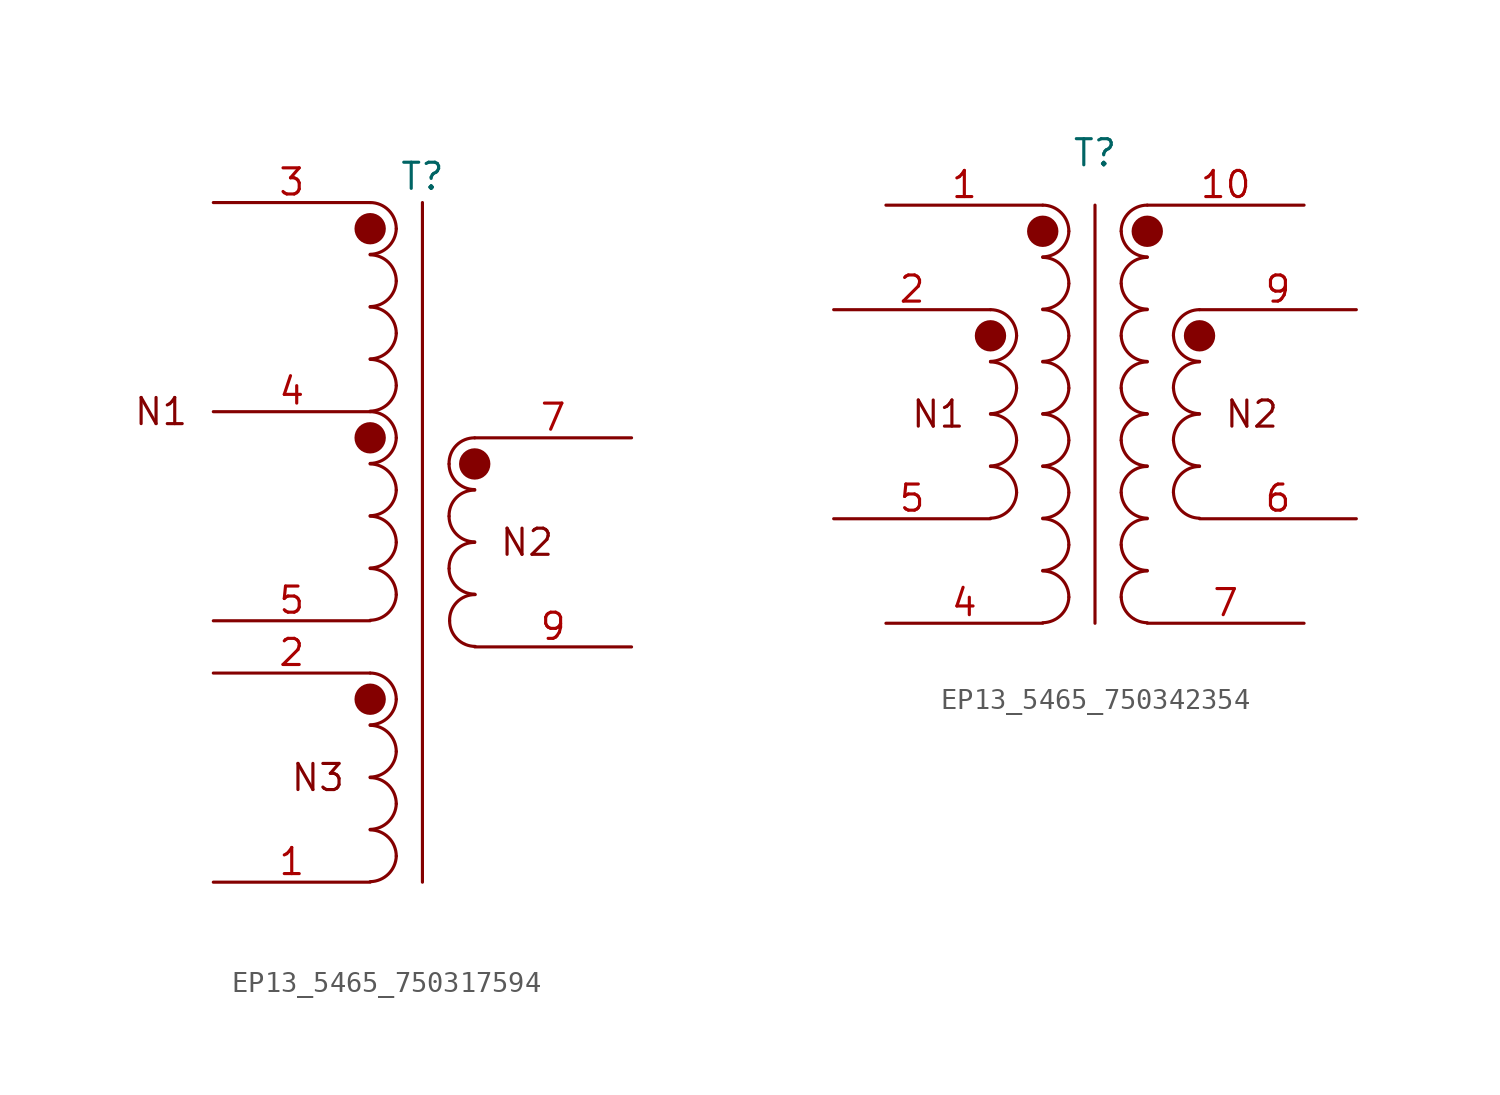
<source format=kicad_sym>
(kicad_symbol_lib
  (version 20220914)
  (generator kicad_symbol_editor)
  (symbol "EP13_5465_750317594"
    (pin_names hide)
    (property "Reference" "T"
      (at 0 17.78 0)
      (effects (font (size 1.27 1.27))))
    (symbol "EP13_5465_750317594_0_1"
      (arc (start -2.54 -16.4846) (mid -1.6561 -16.1163) (end -1.27 -15.24) (stroke (width 0) (type default)) (fill (type none)))
      (arc (start -2.54 -13.9446) (mid -1.6561 -13.5763) (end -1.27 -12.7) (stroke (width 0) (type default)) (fill (type none)))
      (arc (start -2.54 -11.4046) (mid -1.6561 -11.0363) (end -1.27 -10.16) (stroke (width 0) (type default)) (fill (type none)))
      (arc (start -2.54 -8.8646) (mid -1.6561 -8.4963) (end -1.27 -7.62) (stroke (width 0) (type default)) (fill (type none)))
      (arc (start -2.54 -3.7846) (mid -1.6561 -3.4163) (end -1.27 -2.54) (stroke (width 0) (type default)) (fill (type none)))
      (arc (start -2.54 -1.2446) (mid -1.6561 -0.8763) (end -1.27 0) (stroke (width 0) (type default)) (fill (type none)))
      (arc (start -2.54 1.2954) (mid -1.6561 1.6637) (end -1.27 2.54) (stroke (width 0) (type default)) (fill (type none)))
      (arc (start -2.54 3.8354) (mid -1.6561 4.2037) (end -1.27 5.08) (stroke (width 0) (type default)) (fill (type none)))
      (arc (start -2.54 6.3754) (mid -1.6561 6.7437) (end -1.27 7.62) (stroke (width 0) (type default)) (fill (type none)))
      (arc (start -2.54 8.9154) (mid -1.6561 9.2837) (end -1.27 10.16) (stroke (width 0) (type default)) (fill (type none)))
      (arc (start -2.54 11.4554) (mid -1.6561 11.8237) (end -1.27 12.7) (stroke (width 0) (type default)) (fill (type none)))
      (arc (start -2.54 13.9954) (mid -1.6561 14.3637) (end -1.27 15.24) (stroke (width 0) (type default)) (fill (type none)))
      (arc (start -1.27 -15.24) (mid -1.642 -14.342) (end -2.54 -13.97) (stroke (width 0) (type default)) (fill (type none)))
      (arc (start -1.27 -12.7) (mid -1.642 -11.802) (end -2.54 -11.43) (stroke (width 0) (type default)) (fill (type none)))
      (arc (start -1.27 -10.16) (mid -1.642 -9.262) (end -2.54 -8.89) (stroke (width 0) (type default)) (fill (type none)))
      (arc (start -1.27 -7.62) (mid -1.642 -6.722) (end -2.54 -6.35) (stroke (width 0) (type default)) (fill (type none)))
      (arc (start -1.27 -2.54) (mid -1.642 -1.642) (end -2.54 -1.27) (stroke (width 0) (type default)) (fill (type none)))
      (arc (start -1.27 0) (mid -1.642 0.898) (end -2.54 1.27) (stroke (width 0) (type default)) (fill (type none)))
      (arc (start -1.27 2.54) (mid -1.642 3.438) (end -2.54 3.81) (stroke (width 0) (type default)) (fill (type none)))
      (arc (start -1.27 5.08) (mid -1.642 5.978) (end -2.54 6.35) (stroke (width 0) (type default)) (fill (type none)))
      (arc (start -1.27 7.62) (mid -1.642 8.518) (end -2.54 8.89) (stroke (width 0) (type default)) (fill (type none)))
      (arc (start -1.27 10.16) (mid -1.642 11.058) (end -2.54 11.43) (stroke (width 0) (type default)) (fill (type none)))
      (arc (start -1.27 12.7) (mid -1.642 13.598) (end -2.54 13.97) (stroke (width 0) (type default)) (fill (type none)))
      (arc (start -1.27 15.24) (mid -1.642 16.138) (end -2.54 16.51) (stroke (width 0) (type default)) (fill (type none)))
      (polyline (pts (xy 0 16.51) (xy 0 -16.51)) (stroke (width 0) (type default)) (fill (type none)))
      (arc (start 1.2954 -1.27) (mid 1.6599 -2.1501) (end 2.54 -2.5146) (stroke (width 0) (type default)) (fill (type none)))
      (arc (start 1.2954 1.27) (mid 1.6599 0.3899) (end 2.54 0.0254) (stroke (width 0) (type default)) (fill (type none)))
      (arc (start 1.2954 3.81) (mid 1.6599 2.9299) (end 2.54 2.5654) (stroke (width 0) (type default)) (fill (type none)))
      (arc (start 1.3208 -3.81) (mid 1.6853 -4.6901) (end 2.5654 -5.0546) (stroke (width 0) (type default)) (fill (type none)))
      (arc (start 2.54 0) (mid 1.642 -0.372) (end 1.2954 -1.27) (stroke (width 0) (type default)) (fill (type none)))
      (arc (start 2.54 2.54) (mid 1.642 2.168) (end 1.2954 1.27) (stroke (width 0) (type default)) (fill (type none)))
      (arc (start 2.54 5.08) (mid 1.642 4.708) (end 1.2954 3.81) (stroke (width 0) (type default)) (fill (type none)))
      (arc (start 2.5654 -2.54) (mid 1.6674 -2.912) (end 1.3208 -3.81) (stroke (width 0) (type default)) (fill (type none))))
    (symbol "EP13_5465_750317594_1_1"
      (circle (center -2.54 -7.62) (radius 0.0001) (stroke (width 0.762) (type default)) (fill (type none)))
      (circle (center -2.54 5.08) (radius 0.0001) (stroke (width 0.762) (type default)) (fill (type none)))
      (circle (center -2.54 15.24) (radius 0.0001) (stroke (width 0.762) (type default)) (fill (type none)))
      (circle (center 2.54 3.81) (radius 0.0001) (stroke (width 0.762) (type default)) (fill (type none)))
      (text "N1" (at -12.7 6.35 0) (effects (font (size 1.27 1.27))))
      (text "N2" (at 5.08 0 0) (effects (font (size 1.27 1.27))))
      (text "N3" (at -5.08 -11.43 0) (effects (font (size 1.27 1.27))))
      (pin passive line (at -10.16 -16.51 0) (length 7.62) (name "1" (effects (font (size 1.27 1.27)))) (number "1" (effects (font (size 1.27 1.27)))))
      (pin passive line (at -10.16 -6.35 0) (length 7.62) (name "2" (effects (font (size 1.27 1.27)))) (number "2" (effects (font (size 1.27 1.27)))))
      (pin passive line (at -10.16 16.51 0) (length 7.62) (name "3" (effects (font (size 1.27 1.27)))) (number "3" (effects (font (size 1.27 1.27)))))
      (pin passive line (at -10.16 6.35 0) (length 7.62) (name "4" (effects (font (size 1.27 1.27)))) (number "4" (effects (font (size 1.27 1.27)))))
      (pin passive line (at -10.16 -3.81 0) (length 7.62) (name "5" (effects (font (size 1.27 1.27)))) (number "5" (effects (font (size 1.27 1.27)))))
      (pin passive line (at 10.16 5.08 180) (length 7.62) (name "7" (effects (font (size 1.27 1.27)))) (number "7" (effects (font (size 1.27 1.27)))))
      (pin passive line (at 10.16 -5.08 180) (length 7.62) (name "9" (effects (font (size 1.27 1.27)))) (number "9" (effects (font (size 1.27 1.27)))))))
  (symbol "EP13_5465_750342354"
    (pin_names hide)
    (property "Reference" "T"
      (at 0 12.7 0)
      (effects (font (size 1.27 1.27))))
    (symbol "EP13_5465_750342354_0_1"
      (arc (start -5.08 -5.0546) (mid -4.1961 -4.6863) (end -3.81 -3.81) (stroke (width 0) (type default)) (fill (type none)))
      (arc (start -5.08 -2.5146) (mid -4.1961 -2.1463) (end -3.81 -1.27) (stroke (width 0) (type default)) (fill (type none)))
      (arc (start -5.08 0.0254) (mid -4.1961 0.3937) (end -3.81 1.27) (stroke (width 0) (type default)) (fill (type none)))
      (arc (start -5.08 2.5654) (mid -4.1961 2.9337) (end -3.81 3.81) (stroke (width 0) (type default)) (fill (type none)))
      (arc (start -3.81 -3.81) (mid -4.182 -2.912) (end -5.08 -2.54) (stroke (width 0) (type default)) (fill (type none)))
      (arc (start -3.81 -1.27) (mid -4.182 -0.372) (end -5.08 0) (stroke (width 0) (type default)) (fill (type none)))
      (arc (start -3.81 1.27) (mid -4.182 2.168) (end -5.08 2.54) (stroke (width 0) (type default)) (fill (type none)))
      (arc (start -3.81 3.81) (mid -4.182 4.708) (end -5.08 5.08) (stroke (width 0) (type default)) (fill (type none)))
      (arc (start -2.54 -10.1346) (mid -1.6561 -9.7663) (end -1.27 -8.89) (stroke (width 0) (type default)) (fill (type none)))
      (arc (start -2.54 -7.5946) (mid -1.6561 -7.2263) (end -1.27 -6.35) (stroke (width 0) (type default)) (fill (type none)))
      (arc (start -2.54 -5.0546) (mid -1.6561 -4.6863) (end -1.27 -3.81) (stroke (width 0) (type default)) (fill (type none)))
      (arc (start -2.54 -2.5146) (mid -1.6561 -2.1463) (end -1.27 -1.27) (stroke (width 0) (type default)) (fill (type none)))
      (arc (start -2.54 0.0254) (mid -1.6561 0.3937) (end -1.27 1.27) (stroke (width 0) (type default)) (fill (type none)))
      (arc (start -2.54 2.5654) (mid -1.6561 2.9337) (end -1.27 3.81) (stroke (width 0) (type default)) (fill (type none)))
      (arc (start -2.54 5.1054) (mid -1.6561 5.4737) (end -1.27 6.35) (stroke (width 0) (type default)) (fill (type none)))
      (arc (start -2.54 7.6454) (mid -1.6561 8.0137) (end -1.27 8.89) (stroke (width 0) (type default)) (fill (type none)))
      (arc (start -1.27 -8.89) (mid -1.642 -7.992) (end -2.54 -7.62) (stroke (width 0) (type default)) (fill (type none)))
      (arc (start -1.27 -6.35) (mid -1.642 -5.452) (end -2.54 -5.08) (stroke (width 0) (type default)) (fill (type none)))
      (arc (start -1.27 -3.81) (mid -1.642 -2.912) (end -2.54 -2.54) (stroke (width 0) (type default)) (fill (type none)))
      (arc (start -1.27 -1.27) (mid -1.642 -0.372) (end -2.54 0) (stroke (width 0) (type default)) (fill (type none)))
      (arc (start -1.27 1.27) (mid -1.642 2.168) (end -2.54 2.54) (stroke (width 0) (type default)) (fill (type none)))
      (arc (start -1.27 3.81) (mid -1.642 4.708) (end -2.54 5.08) (stroke (width 0) (type default)) (fill (type none)))
      (arc (start -1.27 6.35) (mid -1.642 7.248) (end -2.54 7.62) (stroke (width 0) (type default)) (fill (type none)))
      (arc (start -1.27 8.89) (mid -1.642 9.788) (end -2.54 10.16) (stroke (width 0) (type default)) (fill (type none)))
      (polyline (pts (xy 0 10.16) (xy 0 -10.16)) (stroke (width 0) (type default)) (fill (type none)))
      (arc (start 1.27 -8.89) (mid 1.6561 -9.7663) (end 2.54 -10.1346) (stroke (width 0) (type default)) (fill (type none)))
      (arc (start 1.27 -6.35) (mid 1.6561 -7.2263) (end 2.54 -7.5946) (stroke (width 0) (type default)) (fill (type none)))
      (arc (start 1.27 -3.81) (mid 1.6561 -4.6863) (end 2.54 -5.0546) (stroke (width 0) (type default)) (fill (type none)))
      (arc (start 1.27 -1.27) (mid 1.6561 -2.1463) (end 2.54 -2.5146) (stroke (width 0) (type default)) (fill (type none)))
      (arc (start 1.27 1.27) (mid 1.6561 0.3937) (end 2.54 0.0254) (stroke (width 0) (type default)) (fill (type none)))
      (arc (start 1.27 3.81) (mid 1.6561 2.9337) (end 2.54 2.5654) (stroke (width 0) (type default)) (fill (type none)))
      (arc (start 1.27 6.35) (mid 1.6561 5.4737) (end 2.54 5.1054) (stroke (width 0) (type default)) (fill (type none)))
      (arc (start 1.27 8.89) (mid 1.6561 8.0137) (end 2.54 7.6454) (stroke (width 0) (type default)) (fill (type none)))
      (arc (start 2.54 -7.62) (mid 1.642 -7.992) (end 1.27 -8.89) (stroke (width 0) (type default)) (fill (type none)))
      (arc (start 2.54 -5.08) (mid 1.642 -5.452) (end 1.27 -6.35) (stroke (width 0) (type default)) (fill (type none)))
      (arc (start 2.54 -2.54) (mid 1.642 -2.912) (end 1.27 -3.81) (stroke (width 0) (type default)) (fill (type none)))
      (arc (start 2.54 0) (mid 1.642 -0.372) (end 1.27 -1.27) (stroke (width 0) (type default)) (fill (type none)))
      (arc (start 2.54 2.54) (mid 1.642 2.168) (end 1.27 1.27) (stroke (width 0) (type default)) (fill (type none)))
      (arc (start 2.54 5.08) (mid 1.642 4.708) (end 1.27 3.81) (stroke (width 0) (type default)) (fill (type none)))
      (arc (start 2.54 7.62) (mid 1.642 7.248) (end 1.27 6.35) (stroke (width 0) (type default)) (fill (type none)))
      (arc (start 2.54 10.16) (mid 1.642 9.788) (end 1.27 8.89) (stroke (width 0) (type default)) (fill (type none)))
      (arc (start 3.81 -3.81) (mid 4.1961 -4.6863) (end 5.08 -5.0546) (stroke (width 0) (type default)) (fill (type none)))
      (arc (start 3.81 -1.27) (mid 4.1961 -2.1463) (end 5.08 -2.5146) (stroke (width 0) (type default)) (fill (type none)))
      (arc (start 3.81 1.27) (mid 4.1961 0.3937) (end 5.08 0.0254) (stroke (width 0) (type default)) (fill (type none)))
      (arc (start 3.81 3.81) (mid 4.1961 2.9337) (end 5.08 2.5654) (stroke (width 0) (type default)) (fill (type none)))
      (arc (start 5.08 -2.54) (mid 4.182 -2.912) (end 3.81 -3.81) (stroke (width 0) (type default)) (fill (type none)))
      (arc (start 5.08 0) (mid 4.182 -0.372) (end 3.81 -1.27) (stroke (width 0) (type default)) (fill (type none)))
      (arc (start 5.08 2.54) (mid 4.182 2.168) (end 3.81 1.27) (stroke (width 0) (type default)) (fill (type none)))
      (arc (start 5.08 5.08) (mid 4.182 4.708) (end 3.81 3.81) (stroke (width 0) (type default)) (fill (type none))))
    (symbol "EP13_5465_750342354_1_1"
      (circle (center -5.08 3.81) (radius 0.0001) (stroke (width 0.762) (type default)) (fill (type none)))
      (circle (center -2.54 8.89) (radius 0.0001) (stroke (width 0.762) (type default)) (fill (type none)))
      (circle (center 2.54 8.89) (radius 0.0001) (stroke (width 0.762) (type default)) (fill (type none)))
      (circle (center 5.08 3.81) (radius 0.0001) (stroke (width 0.762) (type default)) (fill (type none)))
      (text "N1" (at -7.62 0 0) (effects (font (size 1.27 1.27))))
      (text "N2" (at 7.62 0 0) (effects (font (size 1.27 1.27))))
      (pin passive line (at -10.16 10.16 0) (length 7.62) (name "1" (effects (font (size 1.27 1.27)))) (number "1" (effects (font (size 1.27 1.27)))))
      (pin passive line (at 10.16 10.16 180) (length 7.62) (name "10" (effects (font (size 1.27 1.27)))) (number "10" (effects (font (size 1.27 1.27)))))
      (pin passive line (at -12.7 5.08 0) (length 7.62) (name "2" (effects (font (size 1.27 1.27)))) (number "2" (effects (font (size 1.27 1.27)))))
      (pin passive line (at -10.16 -10.16 0) (length 7.62) (name "4" (effects (font (size 1.27 1.27)))) (number "4" (effects (font (size 1.27 1.27)))))
      (pin passive line (at -12.7 -5.08 0) (length 7.62) (name "5" (effects (font (size 1.27 1.27)))) (number "5" (effects (font (size 1.27 1.27)))))
      (pin passive line (at 12.7 -5.08 180) (length 7.62) (name "6" (effects (font (size 1.27 1.27)))) (number "6" (effects (font (size 1.27 1.27)))))
      (pin passive line (at 10.16 -10.16 180) (length 7.62) (name "7" (effects (font (size 1.27 1.27)))) (number "7" (effects (font (size 1.27 1.27)))))
      (pin passive line (at 12.7 5.08 180) (length 7.62) (name "9" (effects (font (size 1.27 1.27)))) (number "9" (effects (font (size 1.27 1.27))))))))
</source>
